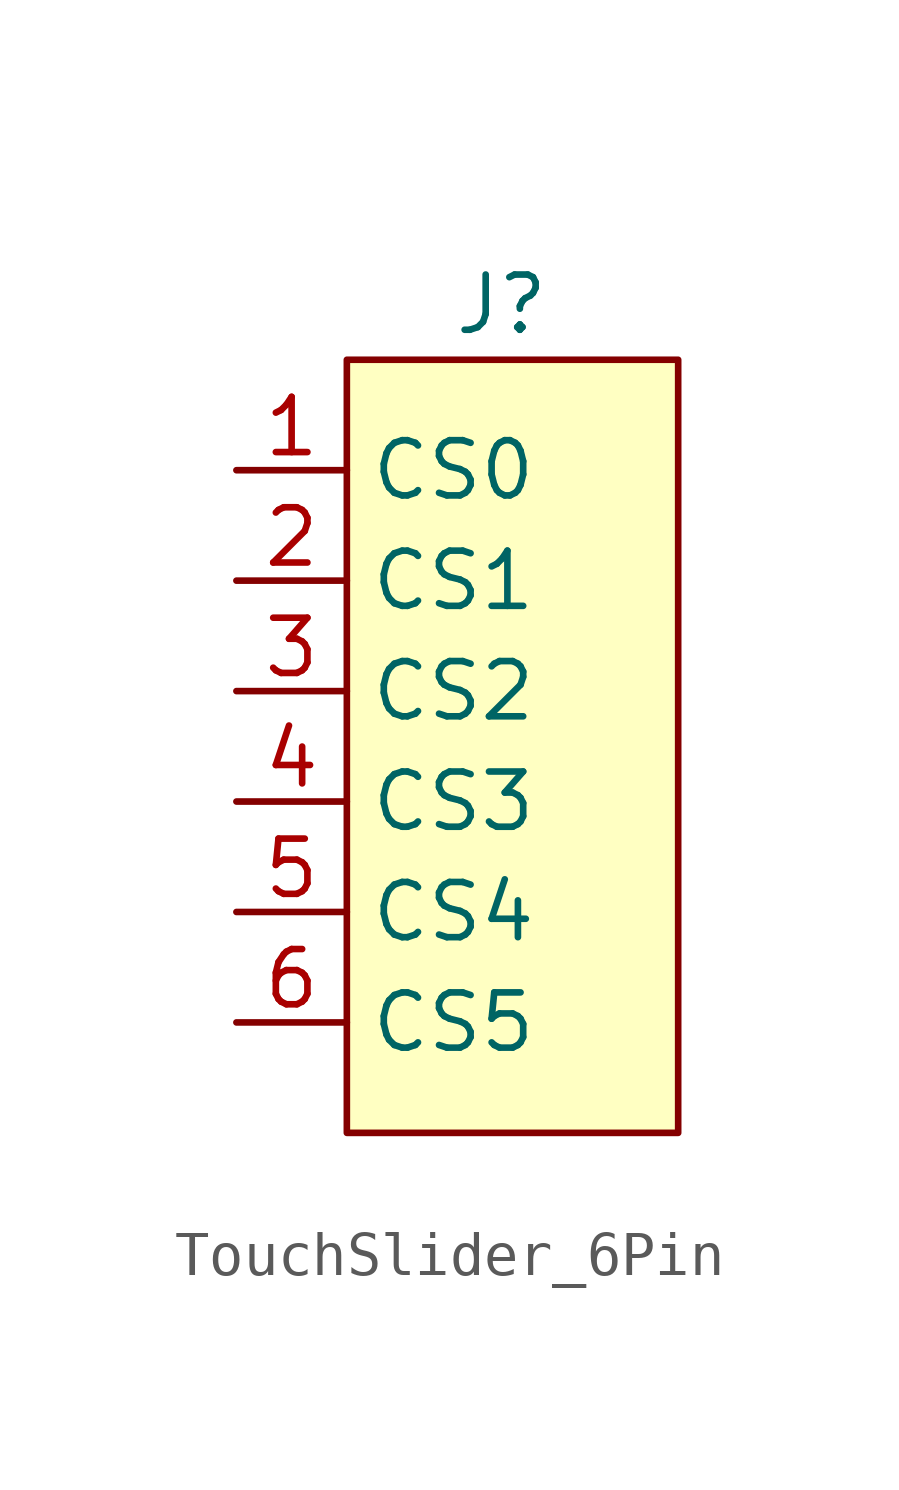
<source format=kicad_sym>
(kicad_symbol_lib
  (version 20231120)
  (generator "kicad_symbol_editor")
  (generator_version "8.0")
  (symbol "TouchSlider_6Pin"
    (property "Reference" "J"
      (at -0.254 3.81 0)
      (effects (font (size 1.27 1.27))))
    (property "Value" ""
      (at -1.27 -1.27 0)
      (effects (font (size 1.27 1.27))))
    (symbol "TouchSlider_6Pin_1_1"
      (rectangle (start -3.81 2.54) (end 3.81 -15.24) (stroke (width 0) (type default)) (fill (type background)))
      (pin input line (at -6.35 0 0) (length 2.54) (name "CS0" (effects (font (size 1.27 1.27)))) (number "1" (effects (font (size 1.27 1.27)))))
      (pin input line (at -6.35 -2.54 0) (length 2.54) (name "CS1" (effects (font (size 1.27 1.27)))) (number "2" (effects (font (size 1.27 1.27)))))
      (pin input line (at -6.35 -5.08 0) (length 2.54) (name "CS2" (effects (font (size 1.27 1.27)))) (number "3" (effects (font (size 1.27 1.27)))))
      (pin input line (at -6.35 -7.62 0) (length 2.54) (name "CS3" (effects (font (size 1.27 1.27)))) (number "4" (effects (font (size 1.27 1.27)))))
      (pin input line (at -6.35 -10.16 0) (length 2.54) (name "CS4" (effects (font (size 1.27 1.27)))) (number "5" (effects (font (size 1.27 1.27)))))
      (pin input line (at -6.35 -12.7 0) (length 2.54) (name "CS5" (effects (font (size 1.27 1.27)))) (number "6" (effects (font (size 1.27 1.27))))))))
</source>
